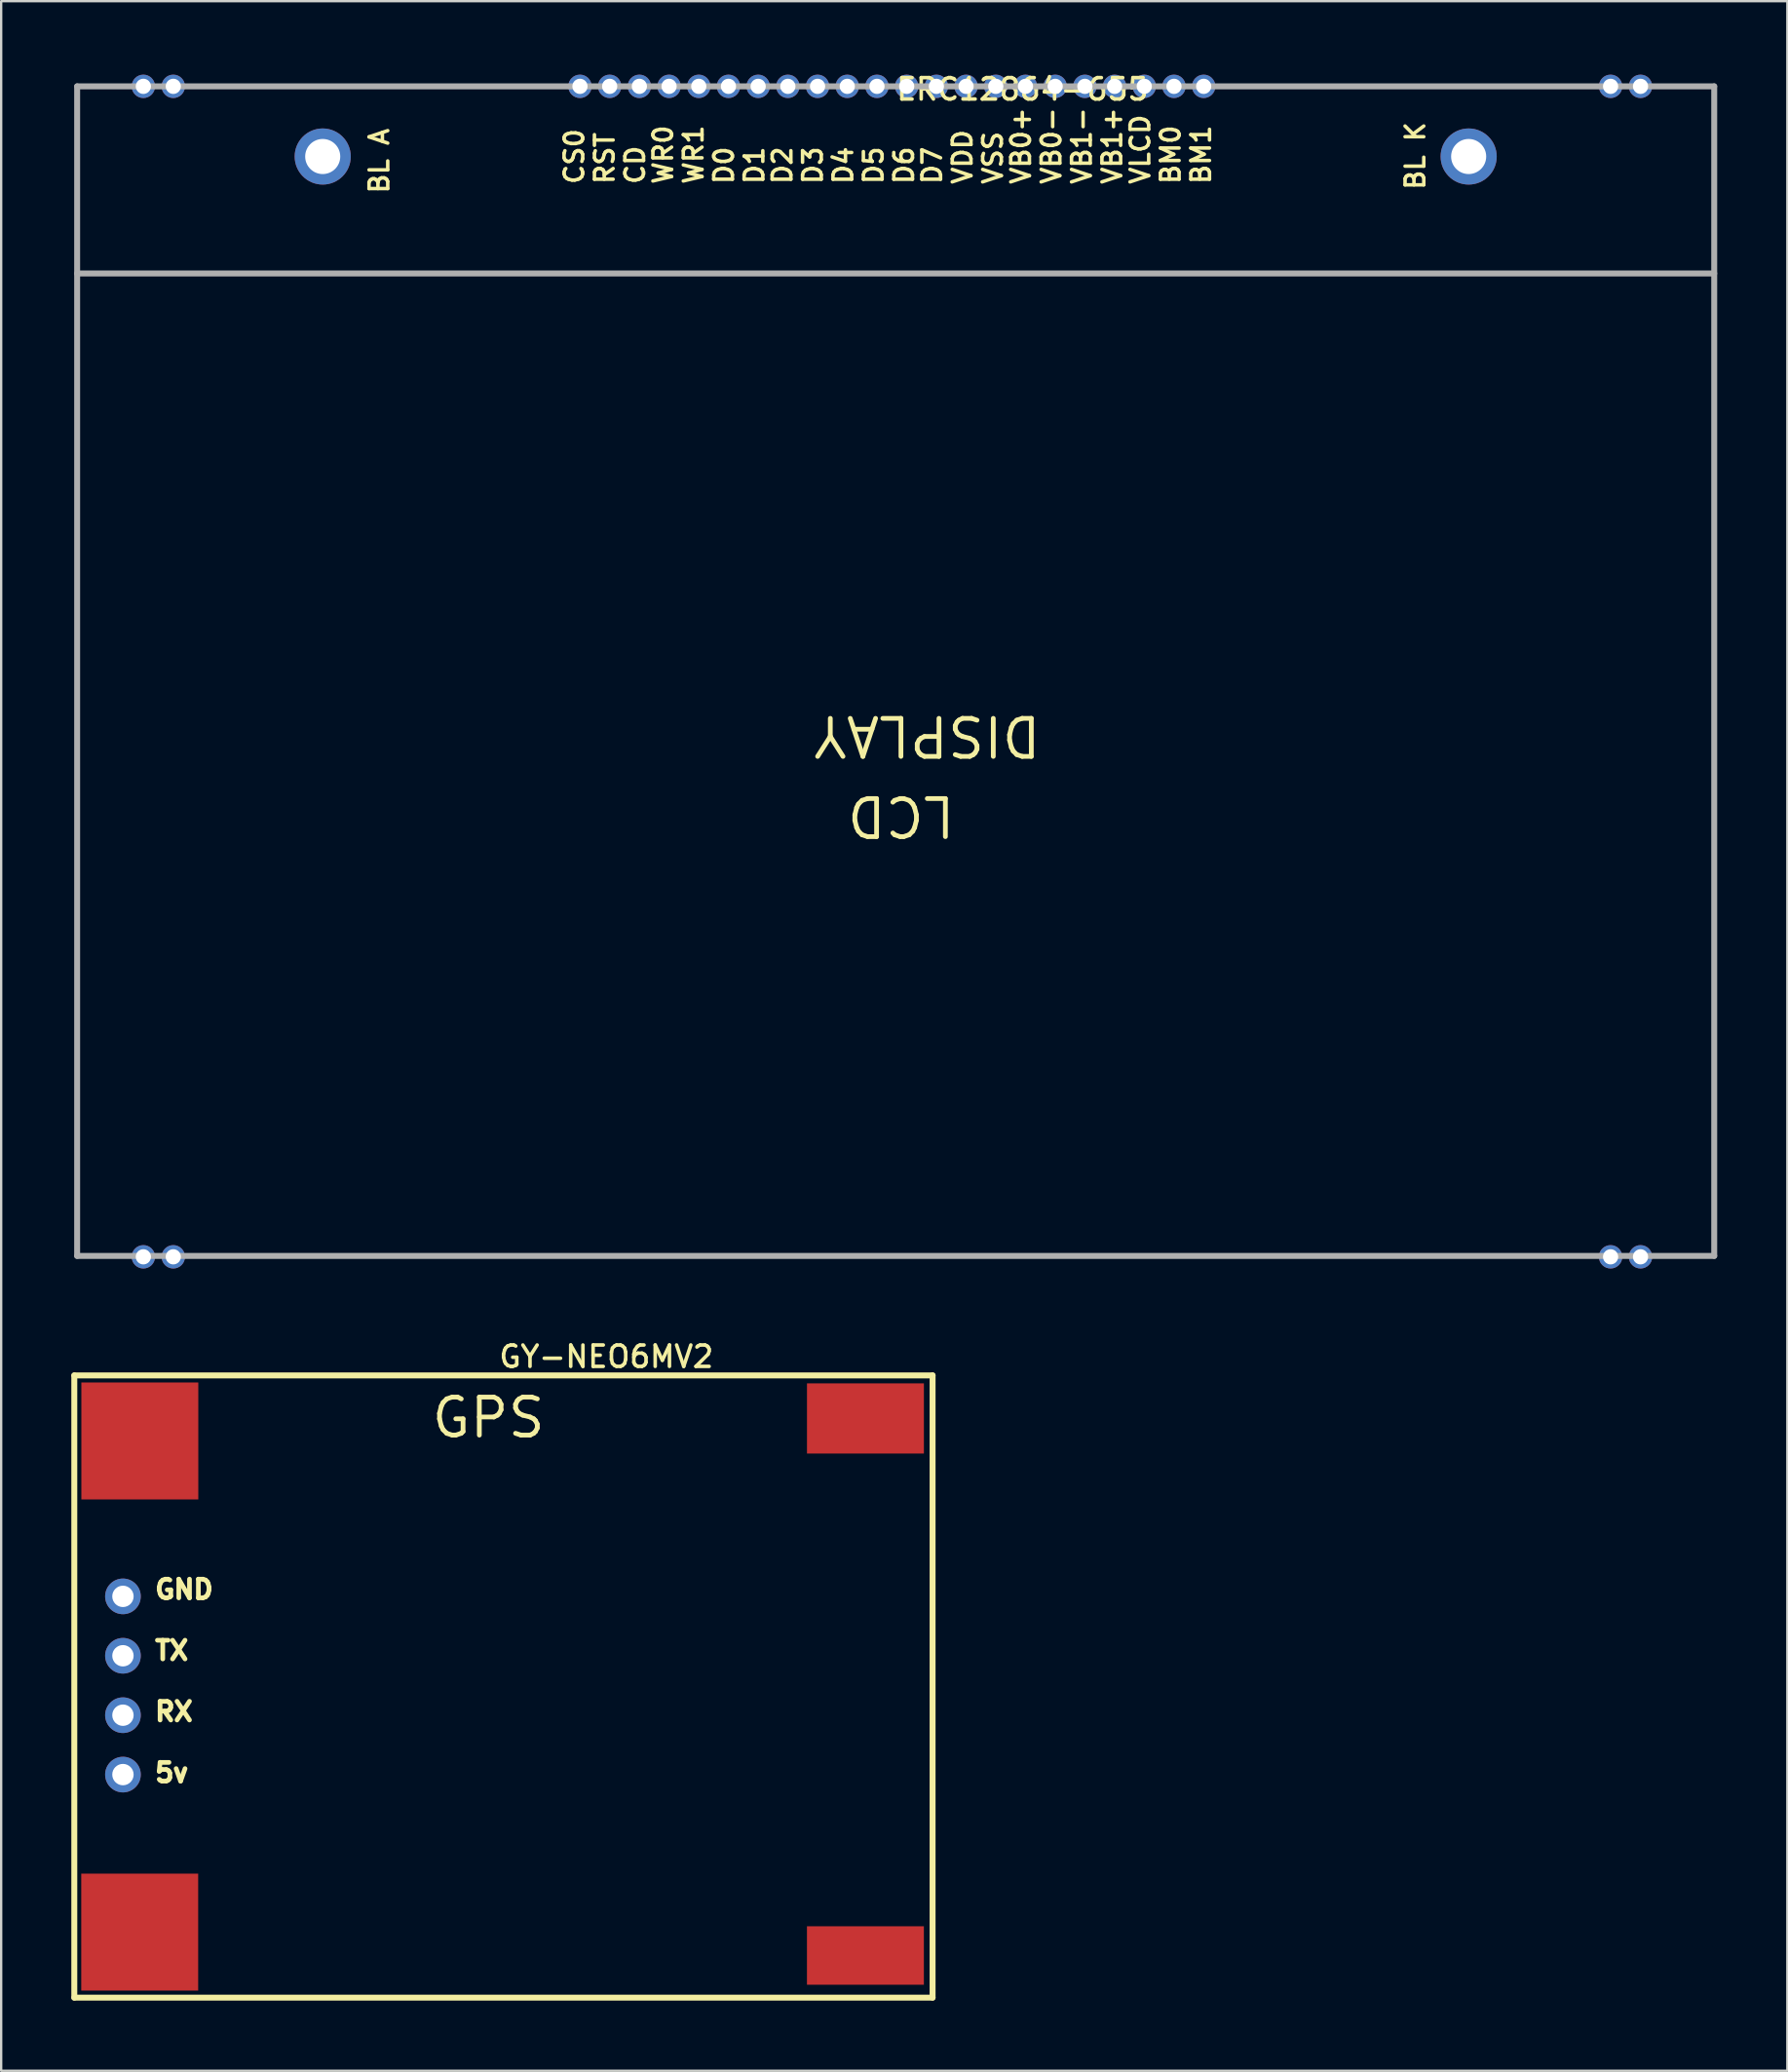
<source format=kicad_pcb>
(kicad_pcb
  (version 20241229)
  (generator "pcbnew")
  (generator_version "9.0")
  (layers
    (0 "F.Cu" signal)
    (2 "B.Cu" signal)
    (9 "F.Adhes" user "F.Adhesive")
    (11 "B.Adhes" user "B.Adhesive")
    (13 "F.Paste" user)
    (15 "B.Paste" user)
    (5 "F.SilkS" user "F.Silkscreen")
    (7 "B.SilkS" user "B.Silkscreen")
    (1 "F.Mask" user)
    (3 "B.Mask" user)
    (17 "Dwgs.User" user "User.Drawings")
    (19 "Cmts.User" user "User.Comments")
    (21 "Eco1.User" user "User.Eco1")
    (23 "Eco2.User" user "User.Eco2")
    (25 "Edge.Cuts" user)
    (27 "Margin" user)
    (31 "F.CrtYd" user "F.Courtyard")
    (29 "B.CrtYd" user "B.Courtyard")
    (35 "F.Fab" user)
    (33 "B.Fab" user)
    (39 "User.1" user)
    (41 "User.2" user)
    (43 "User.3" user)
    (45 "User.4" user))
  (footprint "GY-NEO6MV2"
    (layer "F.Cu")
    (at 0.427 56.049)
    (property "Reference" "GY-NEO6MV2" (at 17.78 -1.636 0) (layer "F.SilkS") (effects (font (size 0.914 0.914) (thickness 0.152)) (justify left top)))
    (fp_line (start -0.3 -0.3) (end 36.4 -0.3) (stroke (width 0.254) (type default)) (layer "F.SilkS"))
    (fp_line (start -0.3 26.3) (end -0.3 -0.3) (stroke (width 0.254) (type default)) (layer "F.SilkS"))
    (fp_line (start 36.4 -0.3) (end 36.4 26.3) (stroke (width 0.254) (type default)) (layer "F.SilkS"))
    (fp_line (start 36.4 26.3) (end -0.3 26.3) (stroke (width 0.254) (type default)) (layer "F.SilkS"))
    (fp_text user "GND" (at 3.046 8.382 0) (unlocked yes) (layer "F.SilkS") (effects (font (size 0.8 0.8) (thickness 0.203)) (justify left top)))
    (fp_text user "5v" (at 3.046 16.215 0) (unlocked yes) (layer "F.SilkS") (effects (font (size 0.8 0.8) (thickness 0.203)) (justify left top)))
    (fp_text user "TX" (at 3.046 10.993 0) (unlocked yes) (layer "F.SilkS") (effects (font (size 0.8 0.8) (thickness 0.203)) (justify left top)))
    (fp_text user "RX" (at 3.046 13.604 0) (unlocked yes) (layer "F.SilkS") (effects (font (size 0.8 0.8) (thickness 0.203)) (justify left top)))
    (fp_text user "GPS" (at 14.873 0.559 0) (unlocked yes) (layer "F.SilkS") (effects (font (size 1.626 1.626) (thickness 0.203)) (justify left top)))
    (pad "" smd rect (at 2.497 23.499) (size 5 5) (layers "F.Cu" "F.Mask" "F.Paste"))
    (pad "" smd rect (at 2.502 2.502) (size 5 5) (layers "F.Cu" "F.Mask" "F.Paste"))
    (pad "" smd rect (at 33.528 24.499) (size 5 2.5) (layers "F.Cu" "F.Mask" "F.Paste"))
    (pad "" smd rect (at 33.529 1.54) (size 5 3) (layers "F.Cu" "F.Mask" "F.Paste"))
    (pad "1" thru_hole oval (at 1.78 9.146) (size 1.524 1.524) (drill 0.914) (layers "*.Cu" "*.Mask"))
    (pad "2" thru_hole oval (at 1.78 11.685) (size 1.524 1.524) (drill 0.914) (layers "*.Cu" "*.Mask"))
    (pad "3" thru_hole oval (at 1.78 14.226) (size 1.524 1.524) (drill 0.914) (layers "*.Cu" "*.Mask"))
    (pad "4" thru_hole oval (at 1.78 16.765) (size 1.524 1.524) (drill 0.914) (layers "*.Cu" "*.Mask")))
  (footprint "ERC12864-655"
    (layer "F.Cu")
    (at 0.25 0.642)
    (property "Reference" "ERC12864-655" (at 34.946 -0.409 180) (layer "F.SilkS") (effects (font (size 0.914 0.914) (thickness 0.152)) (justify left top)))
    (fp_line (start -0.001 -0.001) (end -0.001 49.999) (stroke (width 0.254) (type default)) (layer "F.Fab"))
    (fp_line (start -0.001 7.999) (end 69.999 7.999) (stroke (width 0.254) (type default)) (layer "F.Fab"))
    (fp_line (start -0.001 49.999) (end 69.999 49.999) (stroke (width 0.254) (type default)) (layer "F.Fab"))
    (fp_line (start 69.999 -0.001) (end -0.001 -0.001) (stroke (width 0.254) (type default)) (layer "F.Fab"))
    (fp_line (start 69.999 49.999) (end 69.999 -0.001) (stroke (width 0.254) (type default)) (layer "F.Fab"))
    (fp_text user "BL A" (at 12.449 4.658 90) (unlocked yes) (layer "F.SilkS") (effects (font (size 0.8 0.8) (thickness 0.15)) (justify left top)))
    (fp_text user "VB0+" (at 39.887 4.258 90) (unlocked yes) (layer "F.SilkS") (effects (font (size 0.8 0.8) (thickness 0.15)) (justify left top)))
    (fp_text user "D4" (at 32.287 4.258 90) (unlocked yes) (layer "F.SilkS") (effects (font (size 0.8 0.8) (thickness 0.15)) (justify left top)))
    (fp_text user "D6" (at 34.887 4.258 90) (unlocked yes) (layer "F.SilkS") (effects (font (size 0.8 0.8) (thickness 0.15)) (justify left top)))
    (fp_text user "D5" (at 33.587 4.258 90) (unlocked yes) (layer "F.SilkS") (effects (font (size 0.8 0.8) (thickness 0.15)) (justify left top)))
    (fp_text user "D3" (at 30.987 4.258 90) (unlocked yes) (layer "F.SilkS") (effects (font (size 0.8 0.8) (thickness 0.15)) (justify left top)))
    (fp_text user "CS0" (at 20.787 4.258 90) (unlocked yes) (layer "F.SilkS") (effects (font (size 0.8 0.8) (thickness 0.15)) (justify left top)))
    (fp_text user "CD" (at 23.387 4.258 90) (unlocked yes) (layer "F.SilkS") (effects (font (size 0.8 0.8) (thickness 0.15)) (justify left top)))
    (fp_text user "D1" (at 28.487 4.258 90) (unlocked yes) (layer "F.SilkS") (effects (font (size 0.8 0.8) (thickness 0.15)) (justify left top)))
    (fp_text user "WR0" (at 24.587 4.258 90) (unlocked yes) (layer "F.SilkS") (effects (font (size 0.8 0.8) (thickness 0.15)) (justify left top)))
    (fp_text user "VB1+" (at 43.787 4.258 90) (unlocked yes) (layer "F.SilkS") (effects (font (size 0.8 0.8) (thickness 0.15)) (justify left top)))
    (fp_text user "D0" (at 27.187 4.258 90) (unlocked yes) (layer "F.SilkS") (effects (font (size 0.8 0.8) (thickness 0.15)) (justify left top)))
    (fp_text user "RST" (at 22.087 4.258 90) (unlocked yes) (layer "F.SilkS") (effects (font (size 0.8 0.8) (thickness 0.15)) (justify left top)))
    (fp_text user "WR1" (at 25.887 4.258 90) (unlocked yes) (layer "F.SilkS") (effects (font (size 0.8 0.8) (thickness 0.15)) (justify left top)))
    (fp_text user "DISPLAY" (at 41.319 28.711 180) (unlocked yes) (layer "F.SilkS") (effects (font (size 1.626 1.626) (thickness 0.203)) (justify left top)))
    (fp_text user "BM1" (at 47.587 4.258 90) (unlocked yes) (layer "F.SilkS") (effects (font (size 0.8 0.8) (thickness 0.15)) (justify left top)))
    (fp_text user "VB0-" (at 41.187 4.258 90) (unlocked yes) (layer "F.SilkS") (effects (font (size 0.8 0.8) (thickness 0.15)) (justify left top)))
    (fp_text user "BM0" (at 46.287 4.258 90) (unlocked yes) (layer "F.SilkS") (effects (font (size 0.8 0.8) (thickness 0.15)) (justify left top)))
    (fp_text user "D2" (at 29.687 4.258 90) (unlocked yes) (layer "F.SilkS") (effects (font (size 0.8 0.8) (thickness 0.15)) (justify left top)))
    (fp_text user "VB1-" (at 42.487 4.258 90) (unlocked yes) (layer "F.SilkS") (effects (font (size 0.8 0.8) (thickness 0.15)) (justify left top)))
    (fp_text user "VDD" (at 37.387 4.258 90) (unlocked yes) (layer "F.SilkS") (effects (font (size 0.8 0.8) (thickness 0.15)) (justify left top)))
    (fp_text user "D7" (at 36.087 4.258 90) (unlocked yes) (layer "F.SilkS") (effects (font (size 0.8 0.8) (thickness 0.15)) (justify left top)))
    (fp_text user "BL K" (at 56.749 4.499 90) (unlocked yes) (layer "F.SilkS") (effects (font (size 0.8 0.8) (thickness 0.15)) (justify left top)))
    (fp_text user "VLCD" (at 44.987 4.258 90) (unlocked yes) (layer "F.SilkS") (effects (font (size 0.8 0.8) (thickness 0.15)) (justify left top)))
    (fp_text user "VSS" (at 38.687 4.258 90) (unlocked yes) (layer "F.SilkS") (effects (font (size 0.8 0.8) (thickness 0.15)) (justify left top)))
    (fp_text user "LCD" (at 37.645 32.14 180) (unlocked yes) (layer "F.SilkS") (effects (font (size 1.626 1.626) (thickness 0.203)) (justify left top)))
    (pad "" thru_hole oval (at 2.83 -0.001 90) (size 1 1) (drill 0.65) (layers "*.Cu" "*.Mask"))
    (pad "" thru_hole oval (at 2.83 50.037 90) (size 1 1) (drill 0.65) (layers "*.Cu" "*.Mask"))
    (pad "" thru_hole oval (at 4.11 -0.001 90) (size 1 1) (drill 0.65) (layers "*.Cu" "*.Mask"))
    (pad "" thru_hole oval (at 4.11 50.037 90) (size 1 1) (drill 0.65) (layers "*.Cu" "*.Mask"))
    (pad "" thru_hole oval (at 65.568 -0.001 90) (size 1 1) (drill 0.65) (layers "*.Cu" "*.Mask"))
    (pad "" thru_hole oval (at 65.568 50.037 90) (size 1 1) (drill 0.65) (layers "*.Cu" "*.Mask"))
    (pad "" thru_hole oval (at 66.848 -0.001 90) (size 1 1) (drill 0.65) (layers "*.Cu" "*.Mask"))
    (pad "" thru_hole oval (at 66.848 50.037 90) (size 1 1) (drill 0.65) (layers "*.Cu" "*.Mask"))
    (pad "1" thru_hole oval (at 21.499 -0.001 180) (size 1 1) (drill 0.65) (layers "*.Cu" "*.Mask"))
    (pad "2" thru_hole oval (at 22.769 -0.001 180) (size 1 1) (drill 0.65) (layers "*.Cu" "*.Mask"))
    (pad "3" thru_hole oval (at 24.039 -0.001 180) (size 1 1) (drill 0.65) (layers "*.Cu" "*.Mask"))
    (pad "4" thru_hole oval (at 25.309 -0.001 180) (size 1 1) (drill 0.65) (layers "*.Cu" "*.Mask"))
    (pad "5" thru_hole oval (at 26.579 -0.001 180) (size 1 1) (drill 0.65) (layers "*.Cu" "*.Mask"))
    (pad "6" thru_hole oval (at 27.849 -0.001 180) (size 1 1) (drill 0.65) (layers "*.Cu" "*.Mask"))
    (pad "7" thru_hole oval (at 29.119 -0.001 180) (size 1 1) (drill 0.65) (layers "*.Cu" "*.Mask"))
    (pad "8" thru_hole oval (at 30.389 -0.001 180) (size 1 1) (drill 0.65) (layers "*.Cu" "*.Mask"))
    (pad "9" thru_hole oval (at 31.659 -0.001 180) (size 1 1) (drill 0.65) (layers "*.Cu" "*.Mask"))
    (pad "10" thru_hole oval (at 32.929 -0.001 180) (size 1 1) (drill 0.65) (layers "*.Cu" "*.Mask"))
    (pad "11" thru_hole oval (at 34.199 -0.001 180) (size 1 1) (drill 0.65) (layers "*.Cu" "*.Mask"))
    (pad "12" thru_hole oval (at 35.469 -0.001 180) (size 1 1) (drill 0.65) (layers "*.Cu" "*.Mask"))
    (pad "13" thru_hole oval (at 36.739 -0.001 180) (size 1 1) (drill 0.65) (layers "*.Cu" "*.Mask"))
    (pad "14" thru_hole oval (at 38.009 -0.001 180) (size 1 1) (drill 0.65) (layers "*.Cu" "*.Mask"))
    (pad "15" thru_hole oval (at 39.279 -0.001 180) (size 1 1) (drill 0.65) (layers "*.Cu" "*.Mask"))
    (pad "16" thru_hole oval (at 40.549 -0.001 180) (size 1 1) (drill 0.65) (layers "*.Cu" "*.Mask"))
    (pad "17" thru_hole oval (at 41.819 -0.001 180) (size 1 1) (drill 0.65) (layers "*.Cu" "*.Mask"))
    (pad "18" thru_hole oval (at 43.089 -0.001 180) (size 1 1) (drill 0.65) (layers "*.Cu" "*.Mask"))
    (pad "19" thru_hole oval (at 44.359 -0.001 180) (size 1 1) (drill 0.65) (layers "*.Cu" "*.Mask"))
    (pad "20" thru_hole oval (at 45.629 -0.001 180) (size 1 1) (drill 0.65) (layers "*.Cu" "*.Mask"))
    (pad "21" thru_hole oval (at 46.899 -0.001 180) (size 1 1) (drill 0.65) (layers "*.Cu" "*.Mask"))
    (pad "22" thru_hole oval (at 48.169 -0.001 180) (size 1 1) (drill 0.65) (layers "*.Cu" "*.Mask"))
    (pad "23" thru_hole oval (at 10.499 2.999 90) (size 2.4 2.4) (drill 1.5) (layers "*.Cu" "*.Mask"))
    (pad "24" thru_hole oval (at 59.499 2.999 90) (size 2.4 2.4) (drill 1.5) (layers "*.Cu" "*.Mask")))
  (gr_rect
    (start -3 -3)
    (end 73.376 85.476)
    (stroke (width 0.1) (type default))
    (fill no)
    (layer "Edge.Cuts")))
</source>
